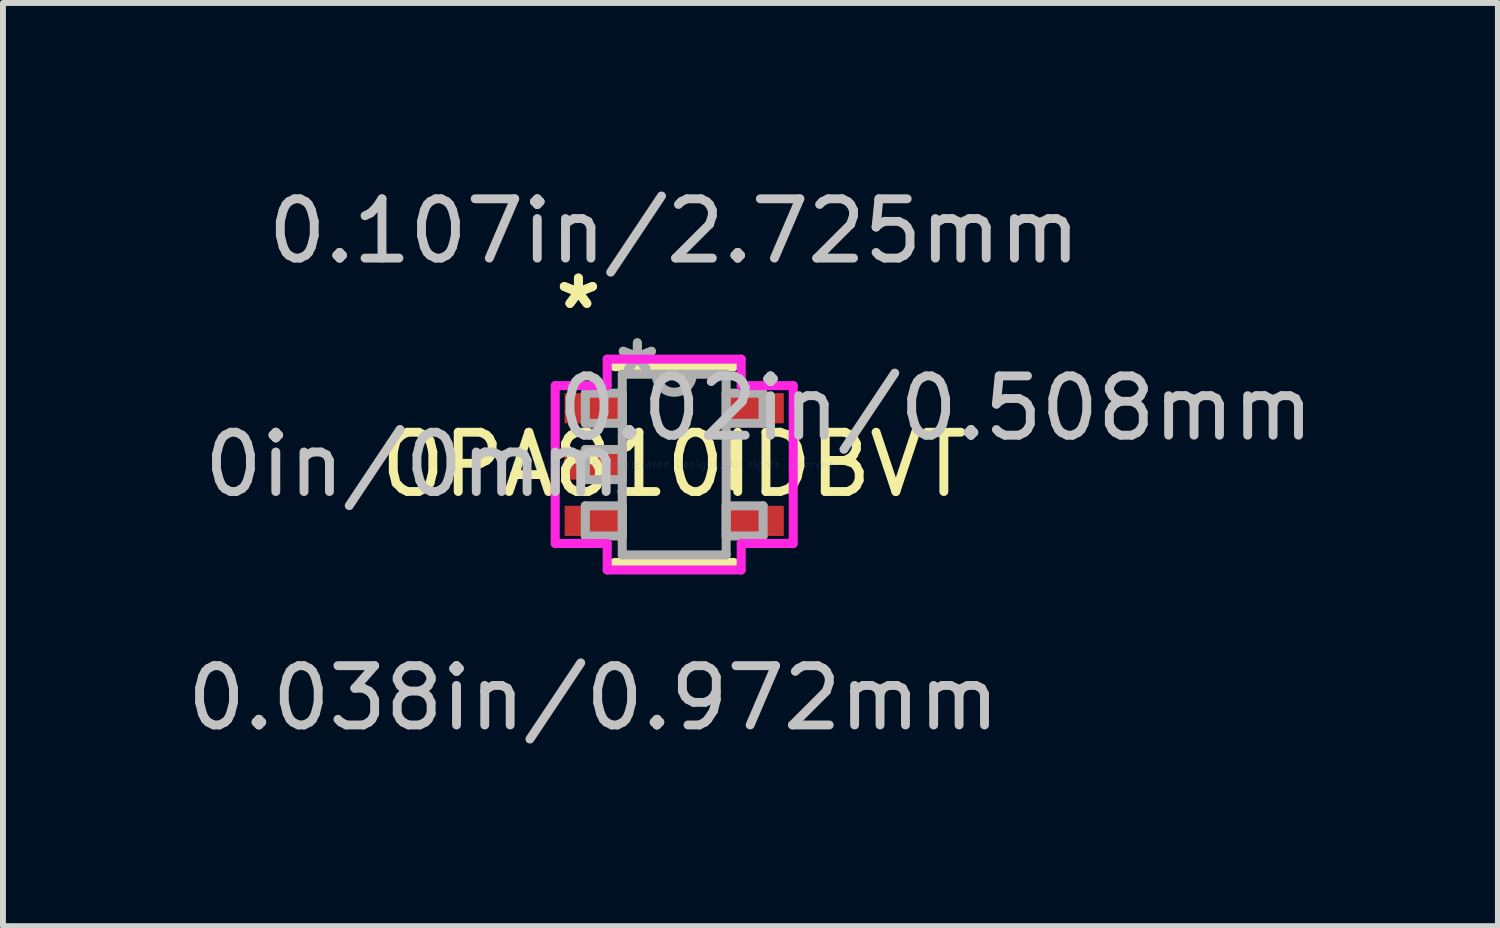
<source format=kicad_pcb>
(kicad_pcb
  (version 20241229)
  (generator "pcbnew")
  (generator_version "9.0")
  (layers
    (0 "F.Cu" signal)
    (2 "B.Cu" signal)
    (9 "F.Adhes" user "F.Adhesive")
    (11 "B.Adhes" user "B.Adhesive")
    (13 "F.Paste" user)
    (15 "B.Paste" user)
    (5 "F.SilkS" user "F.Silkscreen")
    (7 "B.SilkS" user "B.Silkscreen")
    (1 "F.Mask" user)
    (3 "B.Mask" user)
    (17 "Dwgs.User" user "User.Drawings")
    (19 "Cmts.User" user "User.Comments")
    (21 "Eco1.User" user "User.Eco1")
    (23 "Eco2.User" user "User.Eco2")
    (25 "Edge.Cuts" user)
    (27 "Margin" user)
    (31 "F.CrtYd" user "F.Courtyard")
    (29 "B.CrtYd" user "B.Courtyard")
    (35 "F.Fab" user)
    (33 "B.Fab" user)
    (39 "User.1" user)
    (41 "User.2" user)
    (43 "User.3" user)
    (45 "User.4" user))
  (footprint "OPA810IDBVT"
    (layer "F.Cu")
    (at 8.321 4.785)
    (property "Reference" "OPA810IDBVT" (at 0 0 0) (layer "F.SilkS") (effects (font (size 1 1) (thickness 0.15))))
    (attr through_hole)
    (fp_line (start -1.003 1.651) (end 1.003 1.651) (stroke (width 0.152) (type solid)) (layer "F.SilkS"))
    (fp_line (start 1.003 -1.651) (end -1.003 -1.651) (stroke (width 0.152) (type solid)) (layer "F.SilkS"))
    (fp_line (start 1.003 0.363) (end 1.003 -0.363) (stroke (width 0.152) (type solid)) (layer "F.SilkS"))
    (fp_line (start -2.007 -1.331) (end -1.13 -1.331) (stroke (width 0.152) (type solid)) (layer "F.CrtYd"))
    (fp_line (start -2.007 1.331) (end -2.007 -1.331) (stroke (width 0.152) (type solid)) (layer "F.CrtYd"))
    (fp_line (start -1.13 -1.778) (end 1.13 -1.778) (stroke (width 0.152) (type solid)) (layer "F.CrtYd"))
    (fp_line (start -1.13 -1.331) (end -1.13 -1.778) (stroke (width 0.152) (type solid)) (layer "F.CrtYd"))
    (fp_line (start -1.13 1.331) (end -2.007 1.331) (stroke (width 0.152) (type solid)) (layer "F.CrtYd"))
    (fp_line (start -1.13 1.778) (end -1.13 1.331) (stroke (width 0.152) (type solid)) (layer "F.CrtYd"))
    (fp_line (start 1.13 -1.778) (end 1.13 -1.331) (stroke (width 0.152) (type solid)) (layer "F.CrtYd"))
    (fp_line (start 1.13 -1.331) (end 2.007 -1.331) (stroke (width 0.152) (type solid)) (layer "F.CrtYd"))
    (fp_line (start 1.13 1.331) (end 1.13 1.778) (stroke (width 0.152) (type solid)) (layer "F.CrtYd"))
    (fp_line (start 1.13 1.778) (end -1.13 1.778) (stroke (width 0.152) (type solid)) (layer "F.CrtYd"))
    (fp_line (start 2.007 -1.331) (end 2.007 1.331) (stroke (width 0.152) (type solid)) (layer "F.CrtYd"))
    (fp_line (start 2.007 1.331) (end 1.13 1.331) (stroke (width 0.152) (type solid)) (layer "F.CrtYd"))
    (fp_line (start -1.499 -1.204) (end -1.499 -0.696) (stroke (width 0.152) (type solid)) (layer "F.Fab"))
    (fp_line (start -1.499 -0.696) (end -0.876 -0.696) (stroke (width 0.152) (type solid)) (layer "F.Fab"))
    (fp_line (start -1.499 -0.254) (end -1.499 0.254) (stroke (width 0.152) (type solid)) (layer "F.Fab"))
    (fp_line (start -1.499 0.254) (end -0.876 0.254) (stroke (width 0.152) (type solid)) (layer "F.Fab"))
    (fp_line (start -1.499 0.696) (end -1.499 1.204) (stroke (width 0.152) (type solid)) (layer "F.Fab"))
    (fp_line (start -1.499 1.204) (end -0.876 1.204) (stroke (width 0.152) (type solid)) (layer "F.Fab"))
    (fp_line (start -0.876 -1.524) (end -0.876 1.524) (stroke (width 0.152) (type solid)) (layer "F.Fab"))
    (fp_line (start -0.876 -1.204) (end -1.499 -1.204) (stroke (width 0.152) (type solid)) (layer "F.Fab"))
    (fp_line (start -0.876 -0.696) (end -0.876 -1.204) (stroke (width 0.152) (type solid)) (layer "F.Fab"))
    (fp_line (start -0.876 -0.254) (end -1.499 -0.254) (stroke (width 0.152) (type solid)) (layer "F.Fab"))
    (fp_line (start -0.876 0.254) (end -0.876 -0.254) (stroke (width 0.152) (type solid)) (layer "F.Fab"))
    (fp_line (start -0.876 0.696) (end -1.499 0.696) (stroke (width 0.152) (type solid)) (layer "F.Fab"))
    (fp_line (start -0.876 1.204) (end -0.876 0.696) (stroke (width 0.152) (type solid)) (layer "F.Fab"))
    (fp_line (start -0.876 1.524) (end 0.876 1.524) (stroke (width 0.152) (type solid)) (layer "F.Fab"))
    (fp_line (start 0.876 -1.524) (end -0.876 -1.524) (stroke (width 0.152) (type solid)) (layer "F.Fab"))
    (fp_line (start 0.876 -1.204) (end 0.876 -0.696) (stroke (width 0.152) (type solid)) (layer "F.Fab"))
    (fp_line (start 0.876 -0.696) (end 1.499 -0.696) (stroke (width 0.152) (type solid)) (layer "F.Fab"))
    (fp_line (start 0.876 0.696) (end 0.876 1.204) (stroke (width 0.152) (type solid)) (layer "F.Fab"))
    (fp_line (start 0.876 1.204) (end 1.499 1.204) (stroke (width 0.152) (type solid)) (layer "F.Fab"))
    (fp_line (start 0.876 1.524) (end 0.876 -1.524) (stroke (width 0.152) (type solid)) (layer "F.Fab"))
    (fp_line (start 1.499 -1.204) (end 0.876 -1.204) (stroke (width 0.152) (type solid)) (layer "F.Fab"))
    (fp_line (start 1.499 -0.696) (end 1.499 -1.204) (stroke (width 0.152) (type solid)) (layer "F.Fab"))
    (fp_line (start 1.499 0.696) (end 0.876 0.696) (stroke (width 0.152) (type solid)) (layer "F.Fab"))
    (fp_line (start 1.499 1.204) (end 1.499 0.696) (stroke (width 0.152) (type solid)) (layer "F.Fab"))
    (fp_arc (start 0.3048 -1.524) (mid 0 -1.2192) (end -0.3048 -1.524) (stroke (width 0.1524) (type solid)) (layer "F.Fab"))
    (fp_text user "*" (at -1.616 -2.601 0) (layer "F.SilkS") (effects (font (size 1 1) (thickness 0.15))))
    (fp_text user "*" (at -1.616 -2.601 0) (layer "F.SilkS") (effects (font (size 1 1) (thickness 0.15))))
    (fp_text user "0.107in/2.725mm" (at 0 -3.937 0) (layer "Dwgs.User") (effects (font (size 1 1) (thickness 0.15))))
    (fp_text user "0.02in/0.508mm" (at 4.41 -0.95 0) (layer "Dwgs.User") (effects (font (size 1 1) (thickness 0.15))))
    (fp_text user "0in/0mm" (at -4.41 0 0) (layer "Dwgs.User") (effects (font (size 1 1) (thickness 0.15))))
    (fp_text user "0.038in/0.972mm" (at -1.362 3.937 0) (layer "Dwgs.User") (effects (font (size 1 1) (thickness 0.15))))
    (fp_text user "Copyright 2016 Accelerated Designs. All rights reserved." (at 0 0 0) (layer "Cmts.User") (effects (font (size 0.127 0.127) (thickness 0.002))))
    (fp_text user "*" (at -0.622 -1.509 0) (layer "F.Fab") (effects (font (size 1 1) (thickness 0.15))))
    (fp_text user "*" (at -0.622 -1.509 0) (layer "F.Fab") (effects (font (size 1 1) (thickness 0.15))))
    (pad "1" smd rect (at -1.362 -0.95) (size 0.972 0.508) (layers "F.Cu" "F.Mask" "F.Paste"))
    (pad "2" smd rect (at -1.362 0) (size 0.972 0.508) (layers "F.Cu" "F.Mask" "F.Paste"))
    (pad "3" smd rect (at -1.362 0.95) (size 0.972 0.508) (layers "F.Cu" "F.Mask" "F.Paste"))
    (pad "4" smd rect (at 1.362 0.95) (size 0.972 0.508) (layers "F.Cu" "F.Mask" "F.Paste"))
    (pad "5" smd rect (at 1.362 -0.95) (size 0.972 0.508) (layers "F.Cu" "F.Mask" "F.Paste")))
  (gr_rect
    (start -3 -3)
    (end 22.213 12.57)
    (stroke (width 0.1) (type default))
    (fill no)
    (layer "Edge.Cuts")))
</source>
